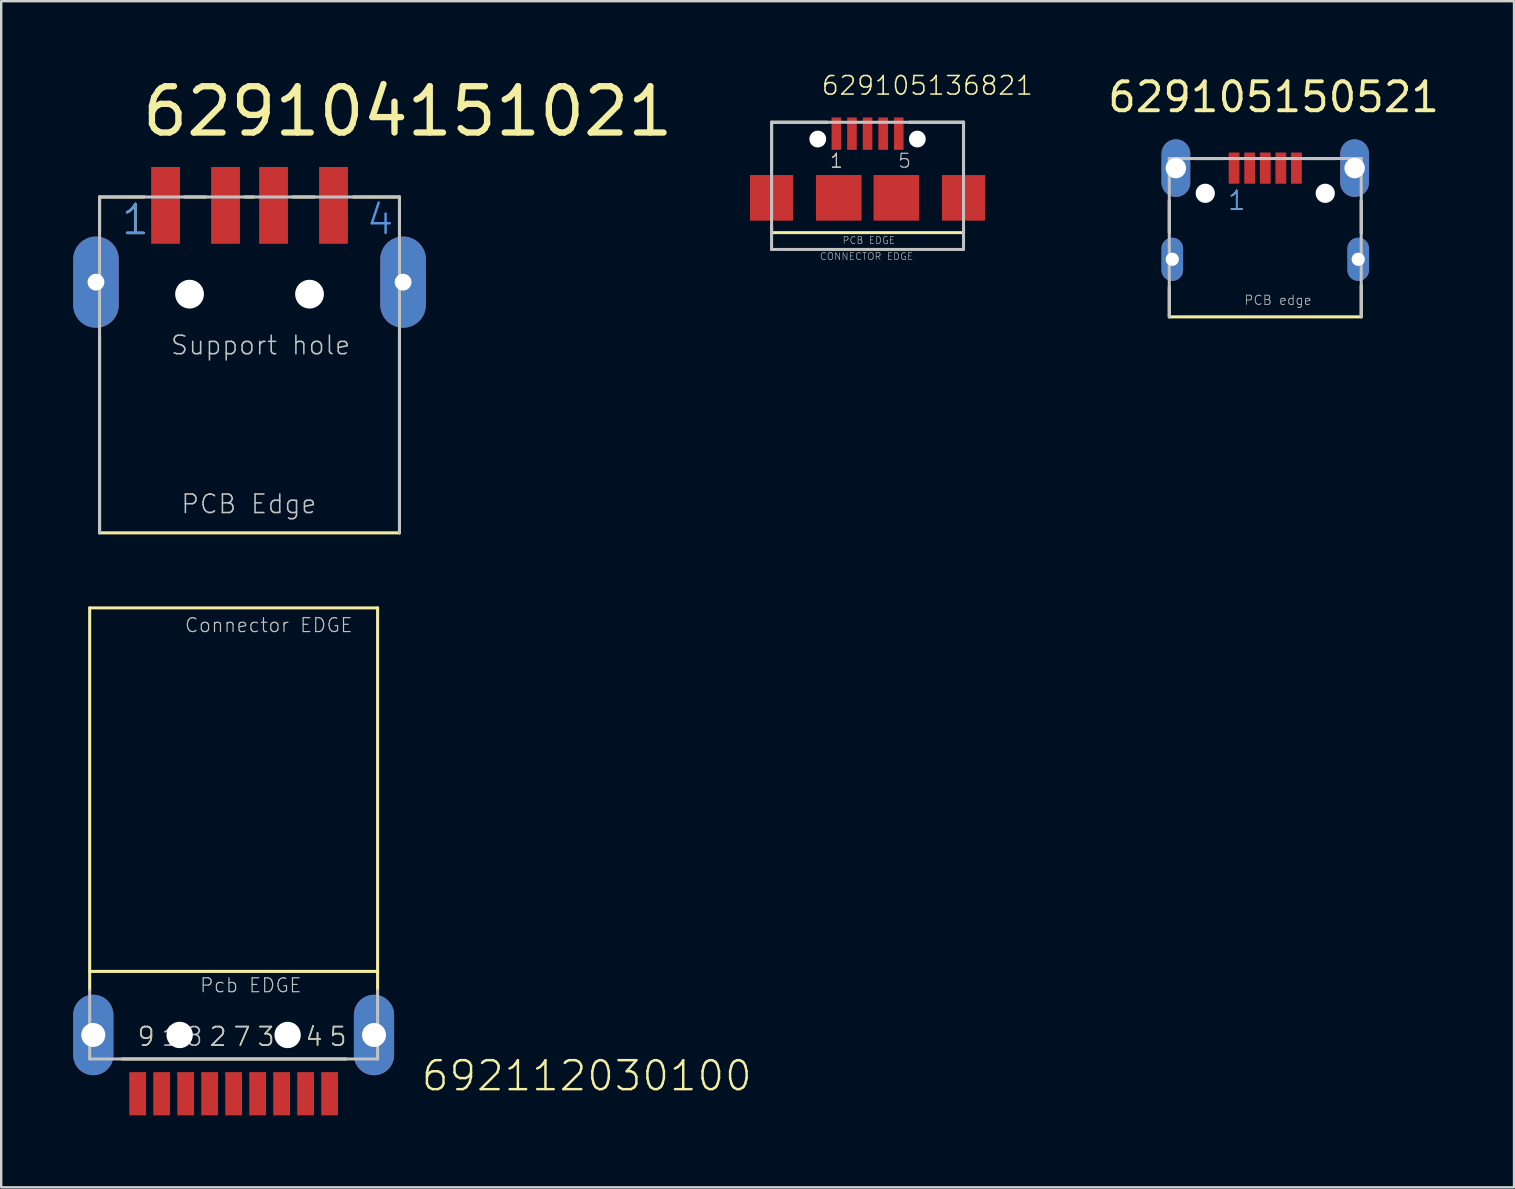
<source format=kicad_pcb>
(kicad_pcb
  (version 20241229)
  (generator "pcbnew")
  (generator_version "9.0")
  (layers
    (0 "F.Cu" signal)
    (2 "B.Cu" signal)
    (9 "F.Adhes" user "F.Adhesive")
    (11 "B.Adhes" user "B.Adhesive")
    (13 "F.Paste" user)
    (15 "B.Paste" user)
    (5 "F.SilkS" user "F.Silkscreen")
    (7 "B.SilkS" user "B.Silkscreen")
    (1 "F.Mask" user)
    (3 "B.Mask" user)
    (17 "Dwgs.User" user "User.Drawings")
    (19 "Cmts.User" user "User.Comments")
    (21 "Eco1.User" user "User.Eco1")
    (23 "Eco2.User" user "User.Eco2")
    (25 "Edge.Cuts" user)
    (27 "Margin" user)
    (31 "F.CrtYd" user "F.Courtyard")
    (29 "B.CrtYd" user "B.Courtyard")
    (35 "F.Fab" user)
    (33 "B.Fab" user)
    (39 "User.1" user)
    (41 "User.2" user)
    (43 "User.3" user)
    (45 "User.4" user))
  (footprint "629105136821"
    (layer "F.Cu")
    (at 33.109 5.196)
    (property "Reference" "629105136821" (at -1.963 -4.229 0) (layer "F.SilkS") (effects (font (size 0.772 0.772) (thickness 0.065)) (justify left bottom)))
    (attr through_hole)
    (fp_line (start -4 -3.15) (end -4 -1.17) (stroke (width 0.127) (type solid)) (layer "F.SilkS"))
    (fp_line (start -4 1.16) (end -4 1.45) (stroke (width 0.127) (type solid)) (layer "F.SilkS"))
    (fp_line (start -4 1.45) (end 4 1.45) (stroke (width 0.127) (type solid)) (layer "F.SilkS"))
    (fp_line (start -1.68 -3.15) (end -4 -3.15) (stroke (width 0.127) (type solid)) (layer "F.SilkS"))
    (fp_line (start 1.74 -3.15) (end 4 -3.15) (stroke (width 0.127) (type solid)) (layer "F.SilkS"))
    (fp_line (start 4 -3.15) (end 4 -1.18) (stroke (width 0.127) (type solid)) (layer "F.SilkS"))
    (fp_line (start 4 1.14) (end 4 1.45) (stroke (width 0.127) (type solid)) (layer "F.SilkS"))
    (fp_line (start -4 -3.15) (end 4 -3.15) (stroke (width 0.127) (type solid)) (layer "Dwgs.User"))
    (fp_line (start -4 2.15) (end -4 -3.15) (stroke (width 0.127) (type solid)) (layer "Dwgs.User"))
    (fp_line (start 4 -3.15) (end 4 2.15) (stroke (width 0.127) (type solid)) (layer "Dwgs.User"))
    (fp_line (start 4 2.15) (end -4 2.15) (stroke (width 0.127) (type solid)) (layer "Dwgs.User"))
    (fp_text user "1" (at -1.605 -1.205 0) (layer "F.SilkS") (effects (font (size 0.579 0.579) (thickness 0.049)) (justify left bottom)))
    (fp_text user "1" (at -1.605 -1.205 0) (layer "Dwgs.User") (effects (font (size 0.579 0.579) (thickness 0.049)) (justify left bottom)))
    (fp_text user "CONNECTOR EDGE" (at -2.005 2.61 0) (layer "Dwgs.User") (effects (font (size 0.29 0.29) (thickness 0.024)) (justify left bottom)))
    (fp_text user "PCB EDGE" (at -1.06 1.94 0) (layer "Dwgs.User") (effects (font (size 0.29 0.29) (thickness 0.024)) (justify left bottom)))
    (fp_text user "5" (at 1.235 -1.205 0) (layer "Dwgs.User") (effects (font (size 0.579 0.579) (thickness 0.049)) (justify left bottom)))
    (pad "" np_thru_hole circle (at -2.075 -2.45) (size 0.7 0.7) (drill 0.7) (layers "*.Cu"))
    (pad "" np_thru_hole circle (at 2.075 -2.45) (size 0.7 0.7) (drill 0.7) (layers "*.Cu"))
    (pad "1" smd rect (at -1.3 -2.675) (size 0.4 1.35) (layers "F.Cu" "F.Mask" "F.Paste"))
    (pad "2" smd rect (at -0.65 -2.675) (size 0.4 1.35) (layers "F.Cu" "F.Mask" "F.Paste"))
    (pad "3" smd rect (at 0 -2.675) (size 0.4 1.35) (layers "F.Cu" "F.Mask" "F.Paste"))
    (pad "4" smd rect (at 0.65 -2.675) (size 0.4 1.35) (layers "F.Cu" "F.Mask" "F.Paste"))
    (pad "5" smd rect (at 1.3 -2.675) (size 0.4 1.35) (layers "F.Cu" "F.Mask" "F.Paste"))
    (pad "SHEL" smd rect (at -4 0) (size 1.8 1.9) (layers "F.Cu" "F.Mask" "F.Paste"))
    (pad "SHEL" smd rect (at -1.2 0) (size 1.9 1.9) (layers "F.Cu" "F.Mask" "F.Paste"))
    (pad "SHEL" smd rect (at 1.2 0) (size 1.9 1.9) (layers "F.Cu" "F.Mask" "F.Paste"))
    (pad "SHEL" smd rect (at 4 0) (size 1.8 1.9) (layers "F.Cu" "F.Mask" "F.Paste")))
  (footprint "629105150521"
    (layer "F.Cu")
    (at 49.685 5.007)
    (property "Reference" "629105150521" (at 0.348 -3.306 0) (layer "F.SilkS") (effects (font (size 1.206 1.206) (thickness 0.165)) (justify bottom)))
    (attr through_hole)
    (fp_line (start -4 0.31) (end -4 1.64) (stroke (width 0.127) (type solid)) (layer "F.SilkS"))
    (fp_line (start -4 3.9) (end -4 5.15) (stroke (width 0.127) (type solid)) (layer "F.SilkS"))
    (fp_line (start -4 5.15) (end 4 5.15) (stroke (width 0.127) (type solid)) (layer "F.SilkS"))
    (fp_line (start -2.92 -1.45) (end -1.77 -1.45) (stroke (width 0.127) (type solid)) (layer "F.SilkS"))
    (fp_line (start 1.71 -1.45) (end 2.93 -1.45) (stroke (width 0.127) (type solid)) (layer "F.SilkS"))
    (fp_line (start 4 0.32) (end 4 1.65) (stroke (width 0.127) (type solid)) (layer "F.SilkS"))
    (fp_line (start 4 3.85) (end 4 5.15) (stroke (width 0.127) (type solid)) (layer "F.SilkS"))
    (fp_line (start -4 -1.45) (end 4 -1.45) (stroke (width 0.127) (type solid)) (layer "Dwgs.User"))
    (fp_line (start -4 5.15) (end -4 -1.45) (stroke (width 0.127) (type solid)) (layer "Dwgs.User"))
    (fp_line (start 4 5.15) (end 4 -1.45) (stroke (width 0.127) (type solid)) (layer "Dwgs.User"))
    (fp_text user "1" (at -1.6 0.75 0) (layer "F.SilkS") (effects (font (size 0.772 0.772) (thickness 0.065)) (justify left bottom)))
    (fp_text user "PCB edge" (at -0.9 4.68 0) (layer "Dwgs.User") (effects (font (size 0.386 0.386) (thickness 0.033)) (justify left bottom)))
    (fp_text user "1" (at -1.6 0.75 0) (layer "Cmts.User") (effects (font (size 0.772 0.772) (thickness 0.065)) (justify left bottom)))
    (pad "" np_thru_hole circle (at -2.5 0) (size 0.8 0.8) (drill 0.8) (layers "*.Cu"))
    (pad "" np_thru_hole circle (at 2.5 0) (size 0.8 0.8) (drill 0.8) (layers "*.Cu"))
    (pad "1" smd rect (at -1.3 -1.05) (size 0.45 1.3) (layers "F.Cu" "F.Mask" "F.Paste"))
    (pad "2" smd rect (at -0.65 -1.05) (size 0.45 1.3) (layers "F.Cu" "F.Mask" "F.Paste"))
    (pad "3" smd rect (at 0 -1.05) (size 0.45 1.3) (layers "F.Cu" "F.Mask" "F.Paste"))
    (pad "4" smd rect (at 0.65 -1.05) (size 0.45 1.3) (layers "F.Cu" "F.Mask" "F.Paste"))
    (pad "5" smd rect (at 1.3 -1.05) (size 0.45 1.3) (layers "F.Cu" "F.Mask" "F.Paste"))
    (pad "SHEL" thru_hole oval (at -3.875 2.75 90) (size 1.8 0.9) (drill 0.55) (layers "*.Cu" "*.Mask"))
    (pad "SHEL" thru_hole oval (at -3.725 -1.05 90) (size 2.4 1.2) (drill 0.85) (layers "*.Cu" "*.Mask"))
    (pad "SHEL" thru_hole oval (at 3.725 -1.05 90) (size 2.4 1.2) (drill 0.85) (layers "*.Cu" "*.Mask"))
    (pad "SHEL" thru_hole oval (at 3.875 2.75 90) (size 1.8 0.9) (drill 0.55) (layers "*.Cu" "*.Mask")))
  (footprint "629104151021"
    (layer "F.Cu")
    (at 7.35 9.21)
    (property "Reference" "629104151021" (at -4.609 -6.487 0) (layer "F.SilkS") (effects (font (size 1.93 1.93) (thickness 0.264)) (justify left bottom)))
    (attr through_hole)
    (fp_line (start -6.25 -2.63) (end -6.25 -4.05) (stroke (width 0.127) (type solid)) (layer "F.SilkS"))
    (fp_line (start -6.25 1.78) (end -6.25 9.95) (stroke (width 0.127) (type solid)) (layer "F.SilkS"))
    (fp_line (start -6.25 9.95) (end 6.25 9.95) (stroke (width 0.127) (type solid)) (layer "F.SilkS"))
    (fp_line (start -4.39 -4.05) (end -6.25 -4.05) (stroke (width 0.127) (type solid)) (layer "F.SilkS"))
    (fp_line (start -2.71 -4.05) (end -1.83 -4.05) (stroke (width 0.127) (type solid)) (layer "F.SilkS"))
    (fp_line (start -0.2 -4.05) (end 0.17 -4.05) (stroke (width 0.127) (type solid)) (layer "F.SilkS"))
    (fp_line (start 1.8 -4.05) (end 2.7 -4.05) (stroke (width 0.127) (type solid)) (layer "F.SilkS"))
    (fp_line (start 4.33 -4.05) (end 6.25 -4.05) (stroke (width 0.127) (type solid)) (layer "F.SilkS"))
    (fp_line (start 6.25 -2.65) (end 6.25 -4.05) (stroke (width 0.127) (type solid)) (layer "F.SilkS"))
    (fp_line (start 6.25 1.58) (end 6.25 9.95) (stroke (width 0.127) (type solid)) (layer "F.SilkS"))
    (fp_line (start -6.25 -4.05) (end 6.25 -4.05) (stroke (width 0.127) (type solid)) (layer "Dwgs.User"))
    (fp_line (start -6.25 9.95) (end -6.25 -4.05) (stroke (width 0.127) (type solid)) (layer "Dwgs.User"))
    (fp_line (start 6.25 9.95) (end 6.25 -4.05) (stroke (width 0.127) (type solid)) (layer "Dwgs.User"))
    (fp_text user "1" (at -5.4 -2.4 0) (layer "F.SilkS") (effects (font (size 1.206 1.206) (thickness 0.102)) (justify left bottom)))
    (fp_text user "Support hole" (at -3.33 2.58 0) (layer "Dwgs.User") (effects (font (size 0.772 0.772) (thickness 0.065)) (justify left bottom)))
    (fp_text user "PCB Edge" (at -2.9 9.2 0) (layer "Dwgs.User") (effects (font (size 0.772 0.772) (thickness 0.065)) (justify left bottom)))
    (fp_text user "1" (at -5.4 -2.4 0) (layer "Cmts.User") (effects (font (size 1.206 1.206) (thickness 0.102)) (justify left bottom)))
    (fp_text user "4" (at 4.8 -2.4 0) (layer "Cmts.User") (effects (font (size 1.206 1.206) (thickness 0.102)) (justify left bottom)))
    (pad "" np_thru_hole circle (at -2.5 0) (size 1.2 1.2) (drill 1.2) (layers "*.Cu"))
    (pad "" np_thru_hole circle (at 2.5 0) (size 1.2 1.2) (drill 1.2) (layers "*.Cu"))
    (pad "1" smd rect (at -3.5 -3.7 180) (size 1.2 3.2) (layers "F.Cu" "F.Mask" "F.Paste"))
    (pad "2" smd rect (at -1 -3.7 180) (size 1.2 3.2) (layers "F.Cu" "F.Mask" "F.Paste"))
    (pad "3" smd rect (at 1 -3.7 180) (size 1.2 3.2) (layers "F.Cu" "F.Mask" "F.Paste"))
    (pad "4" smd rect (at 3.5 -3.7 180) (size 1.2 3.2) (layers "F.Cu" "F.Mask" "F.Paste"))
    (pad "SHEL" thru_hole oval (at -6.4 -0.5 90) (size 3.8 1.9) (drill 0.7) (layers "*.Cu" "*.Mask"))
    (pad "SHEL" thru_hole oval (at 6.4 -0.5 90) (size 3.8 1.9) (drill 0.7) (layers "*.Cu" "*.Mask")))
  (footprint "692112030100"
    (layer "F.Cu")
    (at 6.688 42.537)
    (property "Reference" "692112030100" (at 7.76 -0.04 0) (layer "F.SilkS") (effects (font (size 1.206 1.206) (thickness 0.102)) (justify left bottom)))
    (attr through_hole)
    (fp_line (start -6 -20.25) (end 6 -20.25) (stroke (width 0.127) (type solid)) (layer "F.SilkS"))
    (fp_line (start -6 -5.1) (end 6 -5.1) (stroke (width 0.127) (type solid)) (layer "F.SilkS"))
    (fp_line (start -6 -4.3) (end -6 -20.25) (stroke (width 0.127) (type solid)) (layer "F.SilkS"))
    (fp_line (start -4.64 -1.45) (end 4.68 -1.45) (stroke (width 0.127) (type solid)) (layer "F.SilkS"))
    (fp_line (start 6 -20.25) (end 6 -4.3) (stroke (width 0.127) (type solid)) (layer "F.SilkS"))
    (fp_line (start -6 -1.45) (end -6 -4.3) (stroke (width 0.127) (type solid)) (layer "Dwgs.User"))
    (fp_line (start -6 -1.45) (end 6 -1.45) (stroke (width 0.127) (type solid)) (layer "Dwgs.User"))
    (fp_line (start 6 -1.45) (end 6 -4.3) (stroke (width 0.127) (type solid)) (layer "Dwgs.User"))
    (fp_text user "5" (at 3.94 -1.93 0) (layer "F.SilkS") (effects (font (size 0.772 0.772) (thickness 0.065)) (justify left bottom)))
    (fp_text user "9" (at -4.06 -1.93 0) (layer "F.SilkS") (effects (font (size 0.772 0.772) (thickness 0.065)) (justify left bottom)))
    (fp_text user "2" (at -1.06 -1.93 0) (layer "F.SilkS") (effects (font (size 0.772 0.772) (thickness 0.065)) (justify left bottom)))
    (fp_text user "3" (at 0.94 -1.93 0) (layer "F.SilkS") (effects (font (size 0.772 0.772) (thickness 0.065)) (justify left bottom)))
    (fp_text user "7" (at -0.06 -1.93 0) (layer "F.SilkS") (effects (font (size 0.772 0.772) (thickness 0.065)) (justify left bottom)))
    (fp_text user "4" (at 2.94 -1.93 0) (layer "F.SilkS") (effects (font (size 0.772 0.772) (thickness 0.065)) (justify left bottom)))
    (fp_text user "7" (at -0.06 -1.93 0) (layer "Dwgs.User") (effects (font (size 0.772 0.772) (thickness 0.065)) (justify left bottom)))
    (fp_text user "3" (at 0.94 -1.93 0) (layer "Dwgs.User") (effects (font (size 0.772 0.772) (thickness 0.065)) (justify left bottom)))
    (fp_text user "4" (at 2.94 -1.93 0) (layer "Dwgs.User") (effects (font (size 0.772 0.772) (thickness 0.065)) (justify left bottom)))
    (fp_text user "2" (at -1.06 -1.93 0) (layer "Dwgs.User") (effects (font (size 0.772 0.772) (thickness 0.065)) (justify left bottom)))
    (fp_text user "Pcb EDGE" (at -1.44 -4.18 0) (layer "Dwgs.User") (effects (font (size 0.579 0.579) (thickness 0.049)) (justify left bottom)))
    (fp_text user "8" (at -2.06 -1.93 0) (layer "Dwgs.User") (effects (font (size 0.772 0.772) (thickness 0.065)) (justify left bottom)))
    (fp_text user "5" (at 3.94 -1.93 0) (layer "Dwgs.User") (effects (font (size 0.772 0.772) (thickness 0.065)) (justify left bottom)))
    (fp_text user "9" (at -4.06 -1.93 0) (layer "Dwgs.User") (effects (font (size 0.772 0.772) (thickness 0.065)) (justify left bottom)))
    (fp_text user "Connector EDGE" (at -2.07 -19.19 0) (layer "Dwgs.User") (effects (font (size 0.579 0.579) (thickness 0.049)) (justify left bottom)))
    (fp_text user "6" (at 1.94 -1.93 0) (layer "Dwgs.User") (effects (font (size 0.772 0.772) (thickness 0.065)) (justify left bottom)))
    (fp_text user "1" (at -3.06 -1.93 0) (layer "Dwgs.User") (effects (font (size 0.772 0.772) (thickness 0.065)) (justify left bottom)))
    (pad "" np_thru_hole circle (at -2.25 -2.45) (size 1.1 1.1) (drill 1.1) (layers "*.Cu"))
    (pad "" np_thru_hole circle (at 2.25 -2.45) (size 1.1 1.1) (drill 1.1) (layers "*.Cu"))
    (pad "1" smd rect (at -3 0 90) (size 1.8 0.7) (layers "F.Cu" "F.Mask" "F.Paste"))
    (pad "2" smd rect (at -1 0 90) (size 1.8 0.7) (layers "F.Cu" "F.Mask" "F.Paste"))
    (pad "3" smd rect (at 1 0 90) (size 1.8 0.7) (layers "F.Cu" "F.Mask" "F.Paste"))
    (pad "4" smd rect (at 3 0 90) (size 1.8 0.7) (layers "F.Cu" "F.Mask" "F.Paste"))
    (pad "5" smd rect (at 4 0 90) (size 1.8 0.7) (layers "F.Cu" "F.Mask" "F.Paste"))
    (pad "6" smd rect (at 2 0 90) (size 1.8 0.7) (layers "F.Cu" "F.Mask" "F.Paste"))
    (pad "7" smd rect (at 0 0 90) (size 1.8 0.7) (layers "F.Cu" "F.Mask" "F.Paste"))
    (pad "8" smd rect (at -2 0 90) (size 1.8 0.7) (layers "F.Cu" "F.Mask" "F.Paste"))
    (pad "9" smd rect (at -4 0 90) (size 1.8 0.7) (layers "F.Cu" "F.Mask" "F.Paste"))
    (pad "SHEL" thru_hole oval (at -5.85 -2.45 90) (size 3.353 1.676) (drill 1) (layers "*.Cu" "*.Mask"))
    (pad "SHEL" thru_hole oval (at 5.85 -2.45 90) (size 3.353 1.676) (drill 1) (layers "*.Cu" "*.Mask")))
  (gr_rect
    (start -3 -3)
    (end 60.054 46.437)
    (stroke (width 0.1) (type default))
    (fill no)
    (layer "Edge.Cuts")))
</source>
